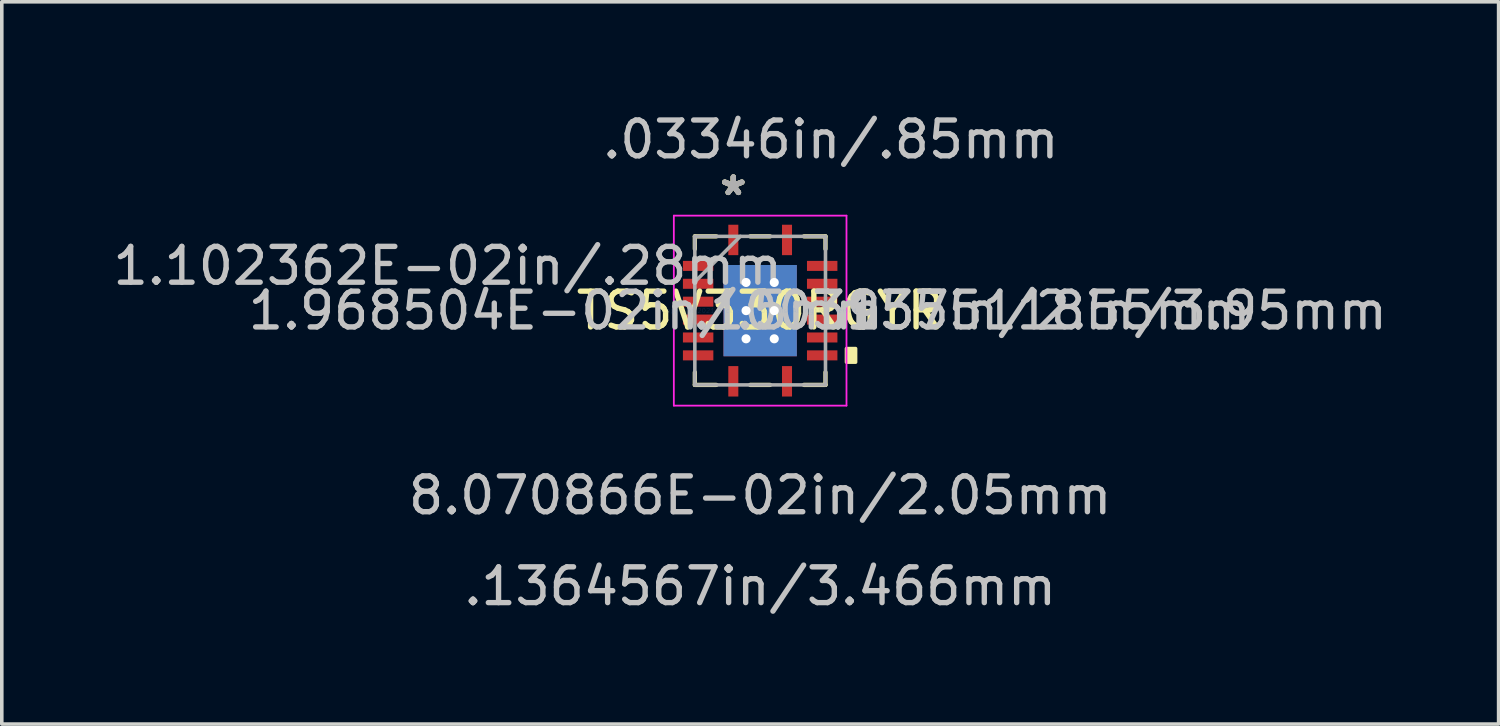
<source format=kicad_pcb>
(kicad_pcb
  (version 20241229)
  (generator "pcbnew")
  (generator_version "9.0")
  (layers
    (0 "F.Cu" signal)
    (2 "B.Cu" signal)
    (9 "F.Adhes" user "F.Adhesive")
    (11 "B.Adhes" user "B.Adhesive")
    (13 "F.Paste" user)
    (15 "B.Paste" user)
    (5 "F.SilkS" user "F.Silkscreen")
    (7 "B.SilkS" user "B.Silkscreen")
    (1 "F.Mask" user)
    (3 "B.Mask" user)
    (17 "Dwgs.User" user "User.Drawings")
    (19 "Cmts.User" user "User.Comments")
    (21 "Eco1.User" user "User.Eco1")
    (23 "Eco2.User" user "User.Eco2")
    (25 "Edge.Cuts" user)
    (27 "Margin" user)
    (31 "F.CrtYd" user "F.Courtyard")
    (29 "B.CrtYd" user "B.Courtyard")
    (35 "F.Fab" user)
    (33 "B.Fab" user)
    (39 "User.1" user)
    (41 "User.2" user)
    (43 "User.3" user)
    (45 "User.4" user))
  (footprint "TS5V330RGYR"
    (layer "F.Cu")
    (at 18.189 5.629)
    (property "Reference" "TS5V330RGYR" (at 0 0 0) (layer "F.SilkS") (effects (font (size 1 1) (thickness 0.15))))
    (fp_poly (pts (xy -2.228 -1.46) (xy -2.228 -1.04) (xy -1.238 -1.04) (xy -1.238 -1.46)) (stroke (width 0.1) (type solid)) (fill yes) (layer "F.Mask"))
    (fp_poly (pts (xy -2.228 -0.96) (xy -2.228 -0.54) (xy -1.238 -0.54) (xy -1.238 -0.96)) (stroke (width 0.1) (type solid)) (fill yes) (layer "F.Mask"))
    (fp_poly (pts (xy -2.228 -0.46) (xy -2.228 -0.04) (xy -1.238 -0.04) (xy -1.238 -0.46)) (stroke (width 0.1) (type solid)) (fill yes) (layer "F.Mask"))
    (fp_poly (pts (xy -2.228 0.04) (xy -2.228 0.46) (xy -1.238 0.46) (xy -1.238 0.04)) (stroke (width 0.1) (type solid)) (fill yes) (layer "F.Mask"))
    (fp_poly (pts (xy -2.228 0.54) (xy -2.228 0.96) (xy -1.238 0.96) (xy -1.238 0.54)) (stroke (width 0.1) (type solid)) (fill yes) (layer "F.Mask"))
    (fp_poly (pts (xy -2.228 1.04) (xy -2.228 1.46) (xy -1.238 1.46) (xy -1.238 1.04)) (stroke (width 0.1) (type solid)) (fill yes) (layer "F.Mask"))
    (fp_poly (pts (xy -1.089 -1.339) (xy -0.594 -1.339) (xy -0.594 1.339) (xy -1.089 1.339)) (stroke (width 0.1) (type solid)) (fill yes) (layer "F.Mask"))
    (fp_poly (pts (xy -1.089 -1.339) (xy 1.089 -1.339) (xy 1.089 -0.987) (xy -1.089 -0.987)) (stroke (width 0.1) (type solid)) (fill yes) (layer "F.Mask"))
    (fp_poly (pts (xy -1.089 -0.587) (xy 1.089 -0.587) (xy 1.089 -0.2) (xy -1.089 -0.2)) (stroke (width 0.1) (type solid)) (fill yes) (layer "F.Mask"))
    (fp_poly (pts (xy -1.089 0.2) (xy 1.089 0.2) (xy 1.089 0.587) (xy -1.089 0.587)) (stroke (width 0.1) (type solid)) (fill yes) (layer "F.Mask"))
    (fp_poly (pts (xy -1.089 0.987) (xy 1.089 0.987) (xy 1.089 1.339) (xy -1.089 1.339)) (stroke (width 0.1) (type solid)) (fill yes) (layer "F.Mask"))
    (fp_poly (pts (xy -0.96 -2.47) (xy -0.96 -1.48) (xy -0.54 -1.48) (xy -0.54 -2.47)) (stroke (width 0.1) (type solid)) (fill yes) (layer "F.Mask"))
    (fp_poly (pts (xy -0.96 1.48) (xy -0.96 2.47) (xy -0.54 2.47) (xy -0.54 1.48)) (stroke (width 0.1) (type solid)) (fill yes) (layer "F.Mask"))
    (fp_poly (pts (xy 0.194 -1.339) (xy -0.194 -1.339) (xy -0.194 1.339) (xy 0.194 1.339)) (stroke (width 0.1) (type solid)) (fill yes) (layer "F.Mask"))
    (fp_poly (pts (xy 0.54 -2.47) (xy 0.54 -1.48) (xy 0.96 -1.48) (xy 0.96 -2.47)) (stroke (width 0.1) (type solid)) (fill yes) (layer "F.Mask"))
    (fp_poly (pts (xy 0.54 1.48) (xy 0.54 2.47) (xy 0.96 2.47) (xy 0.96 1.48)) (stroke (width 0.1) (type solid)) (fill yes) (layer "F.Mask"))
    (fp_poly (pts (xy 0.594 -1.339) (xy 1.089 -1.339) (xy 1.089 1.339) (xy 0.594 1.339)) (stroke (width 0.1) (type solid)) (fill yes) (layer "F.Mask"))
    (fp_poly (pts (xy 1.238 -1.46) (xy 1.238 -1.04) (xy 2.228 -1.04) (xy 2.228 -1.46)) (stroke (width 0.1) (type solid)) (fill yes) (layer "F.Mask"))
    (fp_poly (pts (xy 1.238 -0.96) (xy 1.238 -0.54) (xy 2.228 -0.54) (xy 2.228 -0.96)) (stroke (width 0.1) (type solid)) (fill yes) (layer "F.Mask"))
    (fp_poly (pts (xy 1.238 -0.46) (xy 1.238 -0.04) (xy 2.228 -0.04) (xy 2.228 -0.46)) (stroke (width 0.1) (type solid)) (fill yes) (layer "F.Mask"))
    (fp_poly (pts (xy 1.238 0.04) (xy 1.238 0.46) (xy 2.228 0.46) (xy 2.228 0.04)) (stroke (width 0.1) (type solid)) (fill yes) (layer "F.Mask"))
    (fp_poly (pts (xy 1.238 0.54) (xy 1.238 0.96) (xy 2.228 0.96) (xy 2.228 0.54)) (stroke (width 0.1) (type solid)) (fill yes) (layer "F.Mask"))
    (fp_poly (pts (xy 1.238 1.04) (xy 1.238 1.46) (xy 2.228 1.46) (xy 2.228 1.04)) (stroke (width 0.1) (type solid)) (fill yes) (layer "F.Mask"))
    (fp_line (start -1.825 -2.075) (end -1.825 -1.723) (stroke (width 0.12) (type solid)) (layer "F.SilkS"))
    (fp_line (start -1.825 1.723) (end -1.825 2.075) (stroke (width 0.12) (type solid)) (layer "F.SilkS"))
    (fp_line (start -1.825 2.075) (end -1.223 2.075) (stroke (width 0.12) (type solid)) (layer "F.SilkS"))
    (fp_line (start -1.223 -2.075) (end -1.825 -2.075) (stroke (width 0.12) (type solid)) (layer "F.SilkS"))
    (fp_line (start -0.277 2.075) (end 0.277 2.075) (stroke (width 0.12) (type solid)) (layer "F.SilkS"))
    (fp_line (start 0.277 -2.075) (end -0.277 -2.075) (stroke (width 0.12) (type solid)) (layer "F.SilkS"))
    (fp_line (start 1.223 2.075) (end 1.825 2.075) (stroke (width 0.12) (type solid)) (layer "F.SilkS"))
    (fp_line (start 1.825 -2.075) (end 1.223 -2.075) (stroke (width 0.12) (type solid)) (layer "F.SilkS"))
    (fp_line (start 1.825 -1.723) (end 1.825 -2.075) (stroke (width 0.12) (type solid)) (layer "F.SilkS"))
    (fp_line (start 1.825 2.075) (end 1.825 1.723) (stroke (width 0.12) (type solid)) (layer "F.SilkS"))
    (fp_poly (pts (xy 2.666 1.06) (xy 2.666 1.44) (xy 2.412 1.44) (xy 2.412 1.06)) (stroke (width 0.1) (type solid)) (fill yes) (layer "F.SilkS"))
    (fp_poly (pts (xy -2.133 -1.365) (xy -2.133 -1.135) (xy -1.333 -1.135) (xy -1.333 -1.365)) (stroke (width 0.1) (type solid)) (fill yes) (layer "F.Paste"))
    (fp_poly (pts (xy -2.133 -0.865) (xy -2.133 -0.635) (xy -1.333 -0.635) (xy -1.333 -0.865)) (stroke (width 0.1) (type solid)) (fill yes) (layer "F.Paste"))
    (fp_poly (pts (xy -2.133 -0.365) (xy -2.133 -0.135) (xy -1.333 -0.135) (xy -1.333 -0.365)) (stroke (width 0.1) (type solid)) (fill yes) (layer "F.Paste"))
    (fp_poly (pts (xy -2.133 0.135) (xy -2.133 0.365) (xy -1.333 0.365) (xy -1.333 0.135)) (stroke (width 0.1) (type solid)) (fill yes) (layer "F.Paste"))
    (fp_poly (pts (xy -2.133 0.635) (xy -2.133 0.865) (xy -1.333 0.865) (xy -1.333 0.635)) (stroke (width 0.1) (type solid)) (fill yes) (layer "F.Paste"))
    (fp_poly (pts (xy -2.133 1.135) (xy -2.133 1.365) (xy -1.333 1.365) (xy -1.333 1.135)) (stroke (width 0.1) (type solid)) (fill yes) (layer "F.Paste"))
    (fp_poly (pts (xy -0.865 -2.375) (xy -0.865 -1.575) (xy -0.635 -1.575) (xy -0.635 -2.375)) (stroke (width 0.1) (type solid)) (fill yes) (layer "F.Paste"))
    (fp_poly (pts (xy -0.865 1.575) (xy -0.865 2.375) (xy -0.635 2.375) (xy -0.635 1.575)) (stroke (width 0.1) (type solid)) (fill yes) (layer "F.Paste"))
    (fp_poly (pts (xy 0.635 -2.375) (xy 0.635 -1.575) (xy 0.865 -1.575) (xy 0.865 -2.375)) (stroke (width 0.1) (type solid)) (fill yes) (layer "F.Paste"))
    (fp_poly (pts (xy 0.635 1.575) (xy 0.635 2.375) (xy 0.865 2.375) (xy 0.865 1.575)) (stroke (width 0.1) (type solid)) (fill yes) (layer "F.Paste"))
    (fp_poly (pts (xy 1.333 -1.365) (xy 1.333 -1.135) (xy 2.133 -1.135) (xy 2.133 -1.365)) (stroke (width 0.1) (type solid)) (fill yes) (layer "F.Paste"))
    (fp_poly (pts (xy 1.333 -0.865) (xy 1.333 -0.635) (xy 2.133 -0.635) (xy 2.133 -0.865)) (stroke (width 0.1) (type solid)) (fill yes) (layer "F.Paste"))
    (fp_poly (pts (xy 1.333 -0.365) (xy 1.333 -0.135) (xy 2.133 -0.135) (xy 2.133 -0.365)) (stroke (width 0.1) (type solid)) (fill yes) (layer "F.Paste"))
    (fp_poly (pts (xy 1.333 0.135) (xy 1.333 0.365) (xy 2.133 0.365) (xy 2.133 0.135)) (stroke (width 0.1) (type solid)) (fill yes) (layer "F.Paste"))
    (fp_poly (pts (xy 1.333 0.635) (xy 1.333 0.865) (xy 2.133 0.865) (xy 2.133 0.635)) (stroke (width 0.1) (type solid)) (fill yes) (layer "F.Paste"))
    (fp_poly (pts (xy 1.333 1.135) (xy 1.333 1.365) (xy 2.133 1.365) (xy 2.133 1.135)) (stroke (width 0.1) (type solid)) (fill yes) (layer "F.Paste"))
    (fp_poly (pts (xy -0.95 -1.2) (xy -0.95 -0.887) (xy -0.635 -0.887) (xy -0.494 -1.029) (xy -0.494 -1.2)) (stroke (width 0.1) (type solid)) (fill yes) (layer "F.Paste"))
    (fp_poly (pts (xy -0.95 0.887) (xy -0.95 1.2) (xy -0.494 1.2) (xy -0.494 1.029) (xy -0.635 0.887)) (stroke (width 0.1) (type solid)) (fill yes) (layer "F.Paste"))
    (fp_poly (pts (xy 0.494 -1.2) (xy 0.494 -1.029) (xy 0.635 -0.887) (xy 0.95 -0.887) (xy 0.95 -1.2)) (stroke (width 0.1) (type solid)) (fill yes) (layer "F.Paste"))
    (fp_poly (pts (xy 0.635 0.887) (xy 0.494 1.029) (xy 0.494 1.2) (xy 0.95 1.2) (xy 0.95 0.887)) (stroke (width 0.1) (type solid)) (fill yes) (layer "F.Paste"))
    (fp_poly (pts (xy -0.95 -0.687) (xy -0.95 -0.1) (xy -0.635 -0.1) (xy -0.494 -0.241) (xy -0.494 -0.546) (xy -0.635 -0.687)) (stroke (width 0.1) (type solid)) (fill yes) (layer "F.Paste"))
    (fp_poly (pts (xy -0.95 0.1) (xy -0.95 0.687) (xy -0.635 0.687) (xy -0.494 0.546) (xy -0.494 0.241) (xy -0.635 0.1)) (stroke (width 0.1) (type solid)) (fill yes) (layer "F.Paste"))
    (fp_poly (pts (xy -0.294 -1.2) (xy -0.294 -1.029) (xy -0.152 -0.887) (xy 0.152 -0.887) (xy 0.294 -1.029) (xy 0.294 -1.2)) (stroke (width 0.1) (type solid)) (fill yes) (layer "F.Paste"))
    (fp_poly (pts (xy -0.152 0.887) (xy -0.294 1.029) (xy -0.294 1.2) (xy 0.294 1.2) (xy 0.294 1.029) (xy 0.152 0.887)) (stroke (width 0.1) (type solid)) (fill yes) (layer "F.Paste"))
    (fp_poly (pts (xy 0.635 -0.687) (xy 0.494 -0.546) (xy 0.494 -0.241) (xy 0.635 -0.1) (xy 0.95 -0.1) (xy 0.95 -0.687)) (stroke (width 0.1) (type solid)) (fill yes) (layer "F.Paste"))
    (fp_poly (pts (xy 0.635 0.1) (xy 0.494 0.241) (xy 0.494 0.546) (xy 0.635 0.687) (xy 0.95 0.687) (xy 0.95 0.1)) (stroke (width 0.1) (type solid)) (fill yes) (layer "F.Paste"))
    (fp_poly (pts (xy -0.152 -0.687) (xy -0.294 -0.546) (xy -0.294 -0.241) (xy -0.152 -0.1) (xy 0.152 -0.1) (xy 0.294 -0.241) (xy 0.294 -0.546) (xy 0.152 -0.687)) (stroke (width 0.1) (type solid)) (fill yes) (layer "F.Paste"))
    (fp_poly (pts (xy -0.152 0.1) (xy -0.294 0.241) (xy -0.294 0.546) (xy -0.152 0.687) (xy 0.152 0.687) (xy 0.294 0.546) (xy 0.294 0.241) (xy 0.152 0.1)) (stroke (width 0.1) (type solid)) (fill yes) (layer "F.Paste"))
    (fp_line (start -2.412 -2.654) (end 2.412 -2.654) (stroke (width 0.05) (type solid)) (layer "F.CrtYd"))
    (fp_line (start -2.412 2.654) (end -2.412 -2.654) (stroke (width 0.05) (type solid)) (layer "F.CrtYd"))
    (fp_line (start 2.412 -2.654) (end 2.412 2.654) (stroke (width 0.05) (type solid)) (layer "F.CrtYd"))
    (fp_line (start 2.412 2.654) (end -2.412 2.654) (stroke (width 0.05) (type solid)) (layer "F.CrtYd"))
    (fp_line (start -1.825 -2.075) (end -1.825 2.075) (stroke (width 0.1) (type solid)) (layer "F.Fab"))
    (fp_line (start -1.825 -0.805) (end -0.555 -2.075) (stroke (width 0.1) (type solid)) (layer "F.Fab"))
    (fp_line (start -1.825 2.075) (end 1.825 2.075) (stroke (width 0.1) (type solid)) (layer "F.Fab"))
    (fp_line (start 1.825 -2.075) (end -1.825 -2.075) (stroke (width 0.1) (type solid)) (layer "F.Fab"))
    (fp_line (start 1.825 2.075) (end 1.825 -2.075) (stroke (width 0.1) (type solid)) (layer "F.Fab"))
    (fp_text user "*" (at -0.75 -3.187 0) (layer "F.SilkS") (effects (font (size 1 1) (thickness 0.15))))
    (fp_text user "*" (at -0.75 -3.187 0) (layer "F.SilkS") (effects (font (size 1 1) (thickness 0.15))))
    (fp_text user "1.968504E-02in/.5mm" (at -5.429 0 0) (layer "Dwgs.User") (effects (font (size 1 1) (thickness 0.15))))
    (fp_text user "8.070866E-02in/2.05mm" (at 0 5.163 0) (layer "Dwgs.User") (effects (font (size 1 1) (thickness 0.15))))
    (fp_text user ".1364567in/3.466mm" (at 0 7.703 0) (layer "Dwgs.User") (effects (font (size 1 1) (thickness 0.15))))
    (fp_text user "1.102362E-02in/.28mm" (at -8.731 -1.25 0) (layer "Dwgs.User") (effects (font (size 1 1) (thickness 0.15))))
    (fp_text user ".1003937in/2.55mm" (at 5.911 0 0) (layer "Dwgs.User") (effects (font (size 1 1) (thickness 0.15))))
    (fp_text user ".1555118in/3.95mm" (at 9.721 0 0) (layer "Dwgs.User") (effects (font (size 1 1) (thickness 0.15))))
    (fp_text user ".03346in/.85mm" (at 1.975 -4.781 0) (layer "Dwgs.User") (effects (font (size 1 1) (thickness 0.15))))
    (fp_text user "Copyright 2021 Accelerated Designs. All rights reserved." (at 0 0 0) (layer "Cmts.User") (effects (font (size 0.127 0.127) (thickness 0.002))))
    (fp_text user "*" (at -0.75 -3.187 0) (layer "F.Fab") (effects (font (size 1 1) (thickness 0.15))))
    (fp_text user "*" (at -0.75 -3.187 0) (layer "F.Fab") (effects (font (size 1 1) (thickness 0.15))))
    (pad "1" smd rect (at -0.75 -1.975) (size 0.28 0.85) (layers "F.Cu" "F.Mask" "F.Paste"))
    (pad "2" smd rect (at -1.733 -1.25 90) (size 0.28 0.85) (layers "F.Cu" "F.Mask" "F.Paste"))
    (pad "3" smd rect (at -1.733 -0.75 90) (size 0.28 0.85) (layers "F.Cu" "F.Mask" "F.Paste"))
    (pad "4" smd rect (at -1.733 -0.25 90) (size 0.28 0.85) (layers "F.Cu" "F.Mask" "F.Paste"))
    (pad "5" smd rect (at -1.733 0.25 90) (size 0.28 0.85) (layers "F.Cu" "F.Mask" "F.Paste"))
    (pad "6" smd rect (at -1.733 0.75 90) (size 0.28 0.85) (layers "F.Cu" "F.Mask" "F.Paste"))
    (pad "7" smd rect (at -1.733 1.25 90) (size 0.28 0.85) (layers "F.Cu" "F.Mask" "F.Paste"))
    (pad "8" smd rect (at -0.75 1.975) (size 0.28 0.85) (layers "F.Cu" "F.Mask" "F.Paste"))
    (pad "9" smd rect (at 0.75 1.975) (size 0.28 0.85) (layers "F.Cu" "F.Mask" "F.Paste"))
    (pad "10" smd rect (at 1.733 1.25 90) (size 0.28 0.85) (layers "F.Cu" "F.Mask" "F.Paste"))
    (pad "11" smd rect (at 1.733 0.75 90) (size 0.28 0.85) (layers "F.Cu" "F.Mask" "F.Paste"))
    (pad "12" smd rect (at 1.733 0.25 90) (size 0.28 0.85) (layers "F.Cu" "F.Mask" "F.Paste"))
    (pad "13" smd rect (at 1.733 -0.25 90) (size 0.28 0.85) (layers "F.Cu" "F.Mask" "F.Paste"))
    (pad "14" smd rect (at 1.733 -0.75 90) (size 0.28 0.85) (layers "F.Cu" "F.Mask" "F.Paste"))
    (pad "15" smd rect (at 1.733 -1.25 90) (size 0.28 0.85) (layers "F.Cu" "F.Mask" "F.Paste"))
    (pad "16" smd rect (at 0.75 -1.975) (size 0.28 0.85) (layers "F.Cu" "F.Mask" "F.Paste"))
    (pad "EP" thru_hole circle (at -0.394 -0.787) (size 0.508 0.508) (drill 0.254) (layers "*.Cu" "*.Mask"))
    (pad "EP" thru_hole circle (at -0.394 0) (size 0.508 0.508) (drill 0.254) (layers "*.Cu" "*.Mask"))
    (pad "EP" thru_hole circle (at -0.394 0.787) (size 0.508 0.508) (drill 0.254) (layers "*.Cu" "*.Mask"))
    (pad "EP" smd rect (at 0 0) (size 2.05 2.55) (layers "F.Cu" "F.Mask" "F.Paste"))
    (pad "EP" smd rect (at 0 0) (size 2.05 2.55) (layers "B.Cu" "B.Mask" "B.Paste"))
    (pad "EP" thru_hole circle (at 0.394 -0.787) (size 0.508 0.508) (drill 0.254) (layers "*.Cu" "*.Mask"))
    (pad "EP" thru_hole circle (at 0.394 0) (size 0.508 0.508) (drill 0.254) (layers "*.Cu" "*.Mask"))
    (pad "EP" thru_hole circle (at 0.394 0.787) (size 0.508 0.508) (drill 0.254) (layers "*.Cu" "*.Mask")))
  (gr_rect
    (start -3 -3)
    (end 38.821 17.18)
    (stroke (width 0.1) (type default))
    (fill no)
    (layer "Edge.Cuts")))
</source>
